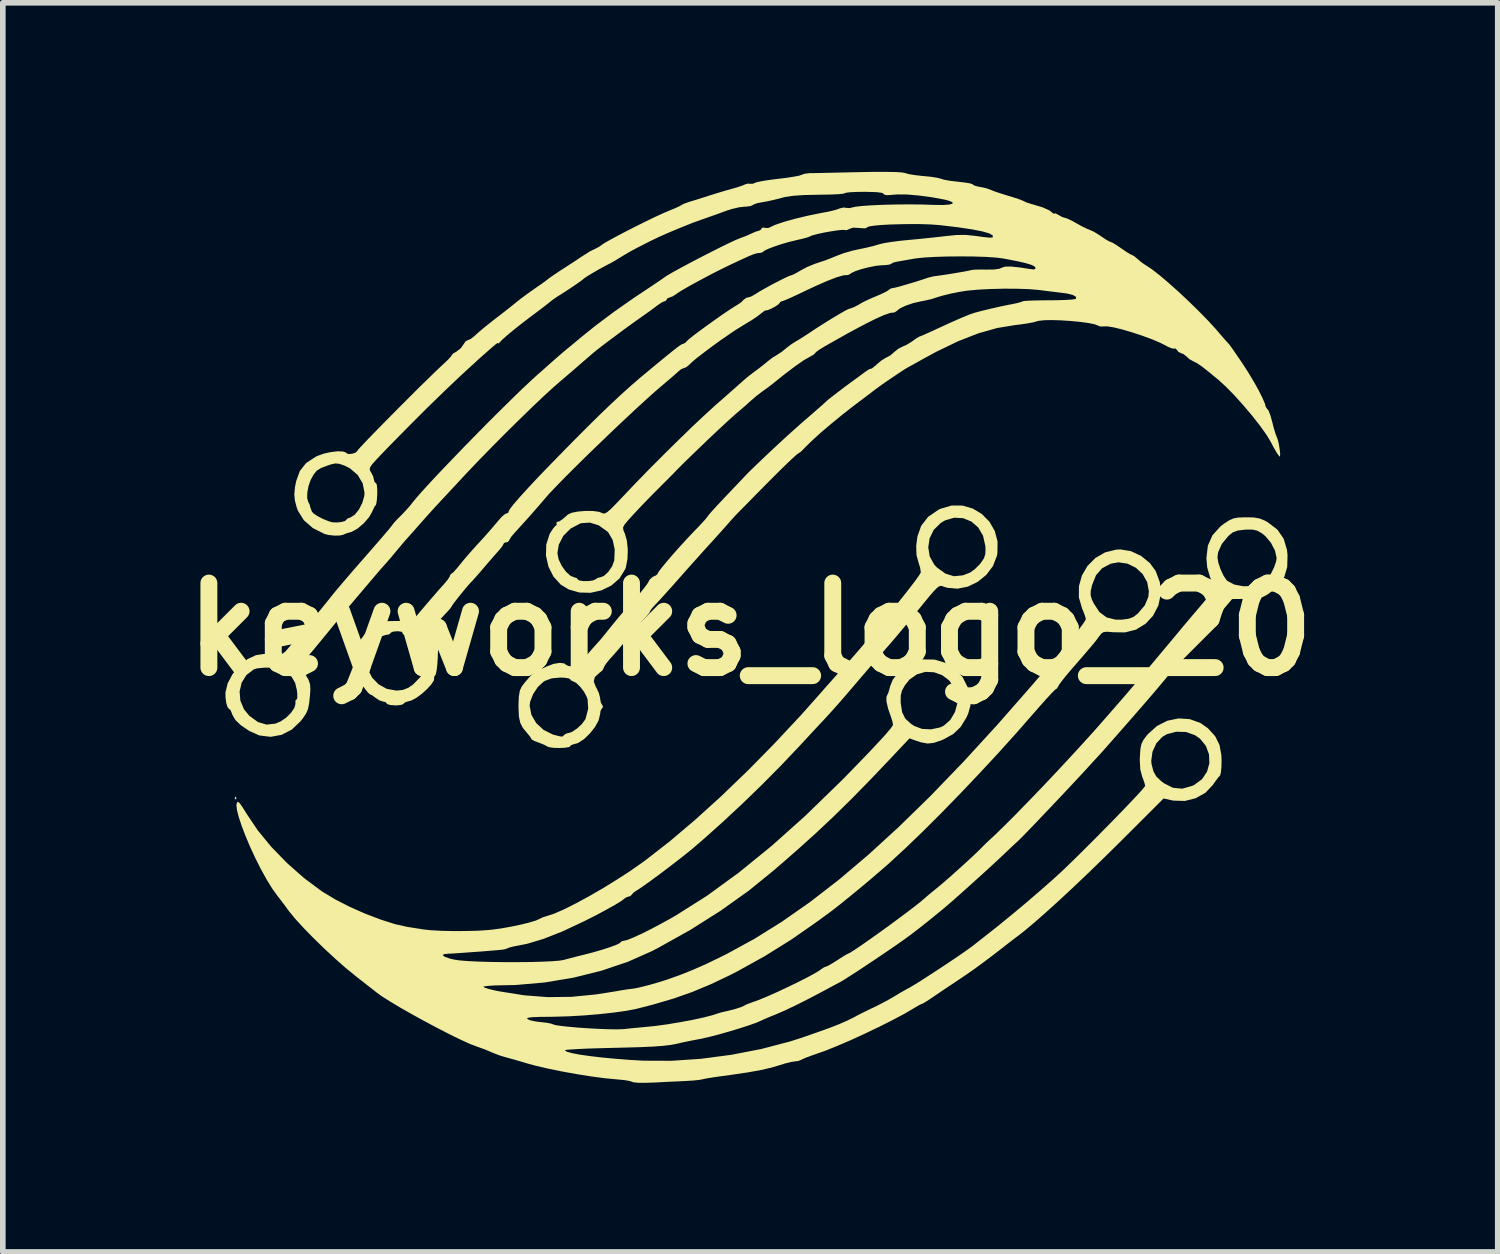
<source format=kicad_pcb>
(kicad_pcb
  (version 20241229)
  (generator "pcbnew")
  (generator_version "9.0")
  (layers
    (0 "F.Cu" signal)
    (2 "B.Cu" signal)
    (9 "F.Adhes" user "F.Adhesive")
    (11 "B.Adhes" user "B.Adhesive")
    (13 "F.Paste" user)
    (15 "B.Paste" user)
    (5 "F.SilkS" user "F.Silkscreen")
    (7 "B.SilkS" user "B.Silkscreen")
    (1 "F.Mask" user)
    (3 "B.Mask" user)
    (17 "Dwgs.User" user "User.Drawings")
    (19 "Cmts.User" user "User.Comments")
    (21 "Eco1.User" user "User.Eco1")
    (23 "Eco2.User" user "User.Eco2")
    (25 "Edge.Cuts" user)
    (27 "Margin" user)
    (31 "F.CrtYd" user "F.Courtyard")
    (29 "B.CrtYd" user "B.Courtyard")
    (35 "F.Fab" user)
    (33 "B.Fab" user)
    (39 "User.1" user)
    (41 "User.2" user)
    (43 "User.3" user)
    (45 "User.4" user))
  (footprint "keyworks_logo_20"
    (layer "F.Cu")
    (at 10.264 8.119)
    (property "Reference" "keyworks_logo_20" (at 0 0 0) (layer "F.SilkS") (effects (font (size 1.5 1.5) (thickness 0.3))))
    (attr board_only exclude_from_pos_files exclude_from_bom)
    (fp_poly (pts (xy -9.125 2.972) (xy -9.121 3.011) (xy -9.125 3.016) (xy -9.144 3.011) (xy -9.147 2.994) (xy -9.135 2.967)) (stroke (width 0) (type solid)) (fill yes) (layer "F.SilkS"))
    (fp_poly (pts (xy 3.767 -2.197) (xy 3.949 -2.144) (xy 4.11 -2.047) (xy 4.243 -1.913) (xy 4.339 -1.747) (xy 4.389 -1.559) (xy 4.386 -1.353) (xy 4.377 -1.303) (xy 4.306 -1.122) (xy 4.189 -0.967) (xy 4.037 -0.844) (xy 3.863 -0.759) (xy 3.679 -0.722) (xy 3.497 -0.738) (xy 3.441 -0.755) (xy 3.409 -0.768) (xy 3.381 -0.772) (xy 3.351 -0.764) (xy 3.313 -0.735) (xy 3.26 -0.681) (xy 3.186 -0.596) (xy 3.085 -0.473) (xy 2.95 -0.307) (xy 2.914 -0.263) (xy 2.74 -0.05) (xy 2.6 0.118) (xy 2.493 0.243) (xy 2.397 0.353) (xy 2.271 0.498) (xy 2.128 0.664) (xy 1.98 0.836) (xy 1.84 1) (xy 1.72 1.14) (xy 1.696 1.168) (xy 1.578 1.304) (xy 1.448 1.45) (xy 1.33 1.579) (xy 1.315 1.596) (xy 1.211 1.706) (xy 1.083 1.844) (xy 0.949 1.989) (xy 0.871 2.073) (xy 0.557 2.404) (xy 0.214 2.751) (xy -0.143 3.097) (xy -0.499 3.428) (xy -0.838 3.731) (xy -1.02 3.887) (xy -1.14 3.985) (xy -1.287 4.1) (xy -1.448 4.224) (xy -1.611 4.347) (xy -1.763 4.459) (xy -1.893 4.552) (xy -1.987 4.616) (xy -2.009 4.629) (xy -2.074 4.674) (xy -2.105 4.709) (xy -2.106 4.712) (xy -2.132 4.736) (xy -2.148 4.738) (xy -2.208 4.759) (xy -2.231 4.777) (xy -2.291 4.822) (xy -2.402 4.89) (xy -2.556 4.976) (xy -2.743 5.076) (xy -2.945 5.178) (xy -3.328 5.358) (xy -3.667 5.492) (xy -3.961 5.58) (xy -4.113 5.61) (xy -4.209 5.629) (xy -4.279 5.648) (xy -4.294 5.654) (xy -4.352 5.676) (xy -4.392 5.683) (xy -4.468 5.691) (xy -4.591 5.701) (xy -4.745 5.714) (xy -4.912 5.726) (xy -5.075 5.738) (xy -5.217 5.748) (xy -5.32 5.754) (xy -5.355 5.755) (xy -5.437 5.764) (xy -5.458 5.784) (xy -5.42 5.811) (xy -5.327 5.843) (xy -5.256 5.86) (xy -5.155 5.875) (xy -5.003 5.887) (xy -4.812 5.896) (xy -4.594 5.902) (xy -4.361 5.905) (xy -4.124 5.905) (xy -3.895 5.903) (xy -3.686 5.897) (xy -3.51 5.889) (xy -3.377 5.878) (xy -3.307 5.865) (xy -3.202 5.837) (xy -3.067 5.802) (xy -2.961 5.776) (xy -2.79 5.732) (xy -2.629 5.685) (xy -2.487 5.639) (xy -2.379 5.599) (xy -2.315 5.567) (xy -2.303 5.554) (xy -2.276 5.532) (xy -2.245 5.527) (xy -2.183 5.512) (xy -2.074 5.468) (xy -1.929 5.402) (xy -1.76 5.318) (xy -1.578 5.221) (xy -1.391 5.118) (xy -1.316 5.074) (xy -0.77 4.729) (xy -0.208 4.32) (xy 0.372 3.849) (xy 0.97 3.315) (xy 1.585 2.718) (xy 1.655 2.649) (xy 1.903 2.394) (xy 2.113 2.176) (xy 2.282 1.996) (xy 2.41 1.856) (xy 2.493 1.757) (xy 2.531 1.701) (xy 2.533 1.693) (xy 2.522 1.628) (xy 2.504 1.573) (xy 2.445 1.402) (xy 2.417 1.277) (xy 2.669 1.277) (xy 2.672 1.32) (xy 2.696 1.472) (xy 2.752 1.584) (xy 2.854 1.677) (xy 2.912 1.715) (xy 3.048 1.766) (xy 3.208 1.774) (xy 3.365 1.741) (xy 3.437 1.707) (xy 3.551 1.606) (xy 3.634 1.465) (xy 3.676 1.309) (xy 3.675 1.212) (xy 3.625 1.041) (xy 3.531 0.907) (xy 3.407 0.813) (xy 3.262 0.761) (xy 3.11 0.754) (xy 2.961 0.796) (xy 2.827 0.889) (xy 2.746 0.99) (xy 2.694 1.083) (xy 2.671 1.169) (xy 2.669 1.277) (xy 2.417 1.277) (xy 2.416 1.273) (xy 2.418 1.192) (xy 2.426 1.177) (xy 2.453 1.118) (xy 2.478 1.028) (xy 2.481 1.012) (xy 2.531 0.89) (xy 2.63 0.765) (xy 2.763 0.654) (xy 2.879 0.589) (xy 3.073 0.533) (xy 3.27 0.536) (xy 3.459 0.592) (xy 3.628 0.697) (xy 3.766 0.844) (xy 3.86 1.029) (xy 3.862 1.034) (xy 3.905 1.206) (xy 3.908 1.351) (xy 3.867 1.496) (xy 3.836 1.565) (xy 3.733 1.733) (xy 3.603 1.857) (xy 3.427 1.954) (xy 3.386 1.971) (xy 3.256 2.014) (xy 3.148 2.026) (xy 3.033 2.005) (xy 2.935 1.973) (xy 2.826 1.934) (xy 2.491 2.29) (xy 2.129 2.67) (xy 1.797 3.009) (xy 1.482 3.318) (xy 1.173 3.609) (xy 0.859 3.892) (xy 0.658 4.068) (xy 0.61 4.11) (xy 0.529 4.18) (xy 0.431 4.265) (xy 0.422 4.273) (xy -0.026 4.637) (xy -0.527 4.994) (xy -1.068 5.336) (xy -1.638 5.654) (xy -1.744 5.709) (xy -2.171 5.899) (xy -2.643 6.058) (xy -3.142 6.182) (xy -3.655 6.267) (xy -4.165 6.311) (xy -4.368 6.315) (xy -4.515 6.318) (xy -4.634 6.325) (xy -4.713 6.334) (xy -4.738 6.343) (xy -4.708 6.36) (xy -4.628 6.385) (xy -4.512 6.412) (xy -4.45 6.424) (xy -4.01 6.494) (xy -3.593 6.526) (xy -3.177 6.521) (xy -2.742 6.479) (xy -2.418 6.428) (xy -2.286 6.405) (xy -2.172 6.387) (xy -2.098 6.378) (xy -2.089 6.377) (xy -2.02 6.366) (xy -1.907 6.34) (xy -1.77 6.304) (xy -1.628 6.263) (xy -1.5 6.223) (xy -1.481 6.217) (xy -1.243 6.132) (xy -1.025 6.045) (xy -0.805 5.949) (xy -0.562 5.832) (xy -0.411 5.757) (xy 0.072 5.493) (xy 0.563 5.187) (xy 1.063 4.837) (xy 1.575 4.441) (xy 2.1 3.996) (xy 2.641 3.501) (xy 3.201 2.954) (xy 3.781 2.352) (xy 4.383 1.695) (xy 5.005 0.986) (xy 5.25 0.699) (xy 5.455 0.459) (xy 5.621 0.261) (xy 5.75 0.104) (xy 5.846 -0.017) (xy 5.91 -0.104) (xy 5.946 -0.16) (xy 5.955 -0.186) (xy 5.942 -0.236) (xy 5.91 -0.321) (xy 5.89 -0.367) (xy 5.832 -0.567) (xy 5.832 -0.605) (xy 6.04 -0.605) (xy 6.062 -0.532) (xy 6.095 -0.462) (xy 6.197 -0.307) (xy 6.325 -0.212) (xy 6.485 -0.172) (xy 6.589 -0.172) (xy 6.713 -0.188) (xy 6.8 -0.22) (xy 6.877 -0.28) (xy 6.879 -0.282) (xy 7.002 -0.427) (xy 7.064 -0.575) (xy 7.074 -0.674) (xy 7.044 -0.839) (xy 6.963 -0.982) (xy 6.843 -1.094) (xy 6.696 -1.166) (xy 6.535 -1.19) (xy 6.398 -1.166) (xy 6.245 -1.085) (xy 6.136 -0.961) (xy 6.066 -0.786) (xy 6.066 -0.786) (xy 6.042 -0.68) (xy 6.04 -0.605) (xy 5.832 -0.605) (xy 5.833 -0.767) (xy 5.886 -0.957) (xy 5.985 -1.126) (xy 6.124 -1.266) (xy 6.296 -1.366) (xy 6.494 -1.415) (xy 6.565 -1.419) (xy 6.754 -1.389) (xy 6.936 -1.304) (xy 7.092 -1.176) (xy 7.194 -1.037) (xy 7.269 -0.836) (xy 7.285 -0.627) (xy 7.243 -0.424) (xy 7.146 -0.239) (xy 7.017 -0.101) (xy 6.845 0.005) (xy 6.65 0.054) (xy 6.444 0.051) (xy 6.337 0.042) (xy 6.273 0.047) (xy 6.23 0.075) (xy 6.189 0.127) (xy 6.157 0.171) (xy 6.122 0.217) (xy 6.076 0.273) (xy 6.013 0.347) (xy 5.926 0.449) (xy 5.807 0.586) (xy 5.696 0.714) (xy 5.601 0.826) (xy 5.524 0.923) (xy 5.475 0.991) (xy 5.462 1.018) (xy 5.441 1.052) (xy 5.433 1.053) (xy 5.403 1.077) (xy 5.338 1.143) (xy 5.246 1.243) (xy 5.134 1.369) (xy 5.03 1.488) (xy 4.726 1.835) (xy 4.402 2.195) (xy 4.064 2.559) (xy 3.723 2.918) (xy 3.386 3.264) (xy 3.062 3.587) (xy 2.76 3.878) (xy 2.488 4.129) (xy 2.428 4.183) (xy 2.28 4.311) (xy 2.113 4.454) (xy 1.937 4.601) (xy 1.764 4.743) (xy 1.606 4.871) (xy 1.474 4.974) (xy 1.382 5.043) (xy 1.305 5.099) (xy 1.207 5.171) (xy 1.168 5.199) (xy 0.732 5.503) (xy 0.259 5.798) (xy -0.222 6.065) (xy -0.36 6.136) (xy -0.703 6.299) (xy -1.03 6.435) (xy -1.363 6.552) (xy -1.723 6.658) (xy -2.023 6.735) (xy -2.193 6.768) (xy -2.412 6.799) (xy -2.665 6.827) (xy -2.937 6.85) (xy -3.211 6.866) (xy -3.471 6.874) (xy -3.552 6.875) (xy -3.736 6.877) (xy -3.861 6.882) (xy -3.933 6.89) (xy -3.96 6.903) (xy -3.956 6.915) (xy -3.904 6.938) (xy -3.81 6.958) (xy -3.727 6.968) (xy -3.618 6.98) (xy -3.535 6.996) (xy -3.504 7.008) (xy -3.455 7.023) (xy -3.353 7.038) (xy -3.212 7.053) (xy -3.044 7.068) (xy -2.861 7.08) (xy -2.678 7.09) (xy -2.506 7.096) (xy -2.36 7.098) (xy -2.252 7.094) (xy -2.229 7.092) (xy -2.09 7.077) (xy -1.95 7.064) (xy -1.875 7.057) (xy -1.688 7.038) (xy -1.474 7.009) (xy -1.251 6.972) (xy -1.033 6.932) (xy -0.836 6.889) (xy -0.678 6.849) (xy -0.592 6.821) (xy -0.515 6.797) (xy -0.494 6.792) (xy -0.375 6.765) (xy -0.258 6.734) (xy -0.165 6.704) (xy -0.116 6.682) (xy -0.065 6.655) (xy 0.021 6.623) (xy 0.049 6.613) (xy 0.157 6.574) (xy 0.302 6.514) (xy 0.469 6.44) (xy 0.648 6.356) (xy 0.824 6.271) (xy 0.987 6.189) (xy 1.122 6.117) (xy 1.218 6.06) (xy 1.253 6.035) (xy 1.309 5.997) (xy 1.336 5.988) (xy 1.378 5.971) (xy 1.456 5.927) (xy 1.542 5.873) (xy 1.634 5.813) (xy 1.703 5.772) (xy 1.73 5.758) (xy 1.77 5.739) (xy 1.852 5.687) (xy 1.969 5.608) (xy 2.112 5.508) (xy 2.273 5.394) (xy 2.441 5.273) (xy 2.608 5.15) (xy 2.766 5.032) (xy 2.906 4.926) (xy 3.018 4.838) (xy 3.093 4.773) (xy 3.096 4.771) (xy 3.152 4.722) (xy 3.237 4.652) (xy 3.294 4.606) (xy 3.401 4.517) (xy 3.534 4.402) (xy 3.68 4.272) (xy 3.825 4.14) (xy 3.958 4.018) (xy 4.064 3.916) (xy 4.123 3.856) (xy 4.184 3.795) (xy 4.207 3.774) (xy 4.343 3.648) (xy 4.515 3.48) (xy 4.716 3.279) (xy 4.938 3.051) (xy 5.174 2.806) (xy 5.416 2.55) (xy 5.657 2.291) (xy 5.89 2.038) (xy 6.107 1.798) (xy 6.296 1.583) (xy 6.39 1.475) (xy 6.479 1.373) (xy 6.543 1.3) (xy 6.642 1.186) (xy 6.777 1.028) (xy 6.94 0.836) (xy 7.125 0.616) (xy 7.325 0.377) (xy 7.528 0.134) (xy 7.62 0.023) (xy 7.693 -0.065) (xy 7.759 -0.143) (xy 7.83 -0.227) (xy 7.918 -0.33) (xy 8.035 -0.468) (xy 8.05 -0.486) (xy 8.131 -0.587) (xy 8.193 -0.673) (xy 8.224 -0.729) (xy 8.225 -0.737) (xy 8.212 -0.793) (xy 8.18 -0.881) (xy 8.16 -0.926) (xy 8.109 -1.099) (xy 8.095 -1.267) (xy 8.097 -1.281) (xy 8.291 -1.281) (xy 8.307 -1.182) (xy 8.347 -1.064) (xy 8.4 -0.951) (xy 8.455 -0.871) (xy 8.466 -0.861) (xy 8.59 -0.795) (xy 8.751 -0.765) (xy 8.929 -0.771) (xy 9.024 -0.791) (xy 9.106 -0.825) (xy 9.171 -0.884) (xy 9.238 -0.985) (xy 9.245 -0.997) (xy 9.299 -1.108) (xy 9.334 -1.212) (xy 9.341 -1.267) (xy 9.312 -1.398) (xy 9.24 -1.537) (xy 9.139 -1.657) (xy 9.081 -1.704) (xy 8.999 -1.751) (xy 8.916 -1.771) (xy 8.802 -1.771) (xy 8.776 -1.769) (xy 8.652 -1.754) (xy 8.565 -1.722) (xy 8.489 -1.662) (xy 8.487 -1.66) (xy 8.37 -1.518) (xy 8.304 -1.371) (xy 8.291 -1.281) (xy 8.097 -1.281) (xy 8.121 -1.485) (xy 8.202 -1.669) (xy 8.342 -1.825) (xy 8.403 -1.872) (xy 8.497 -1.934) (xy 8.575 -1.969) (xy 8.664 -1.985) (xy 8.791 -1.989) (xy 8.798 -1.989) (xy 8.937 -1.986) (xy 9.038 -1.968) (xy 9.13 -1.931) (xy 9.188 -1.898) (xy 9.355 -1.77) (xy 9.466 -1.609) (xy 9.525 -1.41) (xy 9.535 -1.313) (xy 9.529 -1.106) (xy 9.478 -0.934) (xy 9.376 -0.785) (xy 9.217 -0.646) (xy 9.163 -0.609) (xy 9.089 -0.572) (xy 8.992 -0.551) (xy 8.855 -0.542) (xy 8.807 -0.541) (xy 8.551 -0.538) (xy 8.38 -0.336) (xy 8.304 -0.246) (xy 8.202 -0.124) (xy 8.081 0.02) (xy 7.951 0.175) (xy 7.821 0.332) (xy 7.698 0.479) (xy 7.592 0.606) (xy 7.512 0.703) (xy 7.469 0.756) (xy 7.384 0.86) (xy 7.301 0.959) (xy 7.204 1.074) (xy 7.11 1.184) (xy 7.03 1.277) (xy 6.926 1.397) (xy 6.807 1.534) (xy 6.68 1.679) (xy 6.553 1.824) (xy 6.433 1.96) (xy 6.329 2.078) (xy 6.248 2.169) (xy 6.198 2.225) (xy 6.187 2.237) (xy 6.158 2.268) (xy 6.096 2.335) (xy 6.015 2.424) (xy 5.99 2.451) (xy 5.902 2.548) (xy 5.785 2.673) (xy 5.649 2.819) (xy 5.501 2.976) (xy 5.348 3.138) (xy 5.197 3.296) (xy 5.058 3.443) (xy 4.936 3.569) (xy 4.84 3.668) (xy 4.777 3.731) (xy 4.76 3.748) (xy 4.708 3.795) (xy 4.625 3.873) (xy 4.527 3.966) (xy 4.512 3.981) (xy 4.386 4.099) (xy 4.221 4.251) (xy 4.027 4.427) (xy 3.815 4.618) (xy 3.604 4.806) (xy 3.435 4.951) (xy 3.241 5.11) (xy 3.043 5.269) (xy 2.858 5.411) (xy 2.735 5.501) (xy 2.59 5.603) (xy 2.424 5.717) (xy 2.248 5.836) (xy 2.073 5.953) (xy 1.91 6.061) (xy 1.768 6.152) (xy 1.66 6.221) (xy 1.596 6.259) (xy 1.514 6.302) (xy 1.402 6.362) (xy 1.3 6.417) (xy 1.046 6.551) (xy 0.808 6.671) (xy 0.599 6.77) (xy 0.433 6.841) (xy 0.428 6.843) (xy 0.319 6.887) (xy 0.23 6.926) (xy 0.191 6.944) (xy 0.106 6.981) (xy -0.028 7.028) (xy -0.194 7.082) (xy -0.377 7.137) (xy -0.56 7.189) (xy -0.729 7.233) (xy -0.866 7.264) (xy -0.905 7.271) (xy -1.051 7.299) (xy -1.215 7.333) (xy -1.316 7.357) (xy -1.416 7.375) (xy -1.552 7.391) (xy -1.731 7.404) (xy -1.959 7.414) (xy -2.244 7.422) (xy -2.41 7.426) (xy -2.643 7.432) (xy -2.853 7.438) (xy -3.031 7.446) (xy -3.169 7.454) (xy -3.258 7.461) (xy -3.29 7.468) (xy -3.29 7.468) (xy -3.259 7.493) (xy -3.169 7.519) (xy -3.03 7.546) (xy -2.849 7.572) (xy -2.635 7.597) (xy -2.394 7.62) (xy -2.136 7.64) (xy -1.892 7.654) (xy -1.4 7.656) (xy -0.876 7.621) (xy -0.338 7.55) (xy 0.195 7.447) (xy 0.703 7.314) (xy 0.921 7.244) (xy 1.188 7.151) (xy 1.403 7.074) (xy 1.577 7.006) (xy 1.719 6.944) (xy 1.841 6.884) (xy 1.908 6.847) (xy 1.961 6.82) (xy 2.054 6.774) (xy 2.169 6.718) (xy 2.188 6.71) (xy 2.322 6.643) (xy 2.451 6.574) (xy 2.549 6.518) (xy 2.55 6.517) (xy 2.664 6.448) (xy 2.792 6.376) (xy 2.83 6.356) (xy 2.909 6.309) (xy 3.03 6.234) (xy 3.18 6.137) (xy 3.346 6.029) (xy 3.515 5.917) (xy 3.675 5.81) (xy 3.812 5.715) (xy 3.914 5.642) (xy 3.953 5.613) (xy 4.043 5.542) (xy 4.133 5.471) (xy 4.365 5.289) (xy 4.619 5.082) (xy 4.88 4.865) (xy 5.131 4.649) (xy 5.359 4.449) (xy 5.527 4.296) (xy 5.65 4.178) (xy 5.795 4.037) (xy 5.955 3.878) (xy 6.123 3.71) (xy 6.294 3.537) (xy 6.46 3.368) (xy 6.615 3.208) (xy 6.753 3.064) (xy 6.867 2.942) (xy 6.952 2.849) (xy 6.999 2.792) (xy 7.008 2.778) (xy 6.996 2.725) (xy 6.966 2.64) (xy 6.955 2.613) (xy 6.922 2.487) (xy 6.913 2.331) (xy 7.116 2.331) (xy 7.122 2.392) (xy 7.154 2.517) (xy 7.204 2.608) (xy 7.289 2.69) (xy 7.344 2.732) (xy 7.501 2.811) (xy 7.666 2.827) (xy 7.842 2.778) (xy 7.879 2.76) (xy 8.017 2.659) (xy 8.106 2.526) (xy 8.148 2.375) (xy 8.141 2.217) (xy 8.086 2.068) (xy 7.982 1.94) (xy 7.893 1.878) (xy 7.733 1.821) (xy 7.559 1.816) (xy 7.394 1.86) (xy 7.312 1.908) (xy 7.206 2.023) (xy 7.138 2.172) (xy 7.116 2.331) (xy 6.913 2.331) (xy 6.912 2.321) (xy 6.915 2.25) (xy 6.924 2.121) (xy 6.942 2.033) (xy 6.978 1.961) (xy 7.04 1.879) (xy 7.058 1.858) (xy 7.218 1.714) (xy 7.403 1.621) (xy 7.601 1.58) (xy 7.799 1.593) (xy 7.987 1.66) (xy 8.122 1.755) (xy 8.251 1.897) (xy 8.328 2.052) (xy 8.361 2.236) (xy 8.364 2.329) (xy 8.361 2.45) (xy 8.351 2.544) (xy 8.338 2.593) (xy 8.336 2.595) (xy 8.302 2.632) (xy 8.248 2.705) (xy 8.209 2.761) (xy 8.077 2.9) (xy 7.906 2.996) (xy 7.712 3.045) (xy 7.51 3.039) (xy 7.476 3.032) (xy 7.335 3.001) (xy 6.555 3.78) (xy 6.28 4.051) (xy 6.006 4.317) (xy 5.739 4.571) (xy 5.485 4.807) (xy 5.251 5.019) (xy 5.044 5.201) (xy 4.871 5.346) (xy 4.771 5.425) (xy 4.68 5.493) (xy 4.567 5.58) (xy 4.487 5.643) (xy 4.293 5.793) (xy 4.13 5.915) (xy 3.98 6.025) (xy 3.822 6.135) (xy 3.636 6.26) (xy 3.57 6.304) (xy 3.441 6.39) (xy 3.314 6.476) (xy 3.213 6.545) (xy 3.203 6.552) (xy 3.12 6.606) (xy 3.062 6.64) (xy 3.046 6.646) (xy 3.008 6.662) (xy 2.937 6.703) (xy 2.902 6.724) (xy 2.739 6.82) (xy 2.53 6.931) (xy 2.29 7.052) (xy 2.035 7.174) (xy 1.78 7.291) (xy 1.54 7.394) (xy 1.331 7.478) (xy 1.217 7.518) (xy 1.089 7.563) (xy 0.984 7.602) (xy 0.918 7.631) (xy 0.906 7.638) (xy 0.851 7.66) (xy 0.798 7.666) (xy 0.728 7.676) (xy 0.62 7.703) (xy 0.517 7.735) (xy 0.372 7.778) (xy 0.192 7.819) (xy -0.032 7.86) (xy -0.308 7.901) (xy -0.526 7.931) (xy -0.66 7.95) (xy -0.772 7.968) (xy -0.844 7.983) (xy -0.855 7.986) (xy -0.911 7.996) (xy -1.012 8.006) (xy -1.137 8.014) (xy -1.152 8.015) (xy -1.3 8.022) (xy -1.482 8.03) (xy -1.667 8.04) (xy -1.729 8.043) (xy -1.872 8.047) (xy -1.99 8.046) (xy -2.069 8.038) (xy -2.091 8.031) (xy -2.137 8.015) (xy -2.23 7.999) (xy -2.353 7.987) (xy -2.385 7.984) (xy -2.58 7.966) (xy -2.817 7.934) (xy -3.077 7.893) (xy -3.343 7.845) (xy -3.595 7.793) (xy -3.815 7.742) (xy -3.965 7.701) (xy -4.101 7.66) (xy -4.233 7.622) (xy -4.327 7.597) (xy -4.447 7.561) (xy -4.572 7.513) (xy -4.59 7.505) (xy -4.71 7.454) (xy -4.836 7.409) (xy -4.853 7.403) (xy -4.971 7.358) (xy -5.134 7.284) (xy -5.329 7.189) (xy -5.545 7.078) (xy -5.771 6.958) (xy -5.995 6.835) (xy -6.204 6.716) (xy -6.388 6.606) (xy -6.535 6.513) (xy -6.624 6.449) (xy -6.663 6.418) (xy -6.744 6.355) (xy -6.854 6.269) (xy -6.983 6.168) (xy -7.008 6.148) (xy -7.177 6.01) (xy -7.363 5.846) (xy -7.557 5.667) (xy -7.746 5.483) (xy -7.92 5.305) (xy -8.067 5.145) (xy -8.176 5.013) (xy -8.193 4.991) (xy -8.272 4.883) (xy -8.35 4.78) (xy -8.388 4.732) (xy -8.483 4.6) (xy -8.582 4.439) (xy -8.683 4.257) (xy -8.781 4.063) (xy -8.873 3.865) (xy -8.955 3.671) (xy -9.024 3.491) (xy -9.077 3.331) (xy -9.11 3.201) (xy -9.119 3.109) (xy -9.101 3.063) (xy -9.088 3.06) (xy -9.06 3.086) (xy -9.01 3.156) (xy -8.947 3.256) (xy -8.934 3.278) (xy -8.741 3.565) (xy -8.5 3.859) (xy -8.222 4.145) (xy -7.921 4.411) (xy -7.611 4.642) (xy -7.584 4.66) (xy -7.361 4.794) (xy -7.105 4.925) (xy -6.831 5.046) (xy -6.558 5.15) (xy -6.303 5.231) (xy -6.083 5.28) (xy -6.07 5.282) (xy -5.951 5.301) (xy -5.842 5.318) (xy -5.807 5.324) (xy -5.67 5.339) (xy -5.487 5.349) (xy -5.275 5.354) (xy -5.053 5.353) (xy -4.841 5.348) (xy -4.657 5.336) (xy -4.59 5.33) (xy -4.421 5.307) (xy -4.243 5.275) (xy -4.071 5.239) (xy -3.92 5.202) (xy -3.804 5.167) (xy -3.737 5.137) (xy -3.735 5.135) (xy -3.68 5.109) (xy -3.605 5.086) (xy -3.473 5.042) (xy -3.297 4.965) (xy -3.089 4.86) (xy -2.857 4.734) (xy -2.613 4.593) (xy -2.367 4.441) (xy -2.127 4.286) (xy -1.906 4.131) (xy -1.857 4.095) (xy -1.434 3.766) (xy -0.986 3.387) (xy -0.521 2.966) (xy -0.047 2.51) (xy 0.429 2.026) (xy 0.899 1.523) (xy 1.192 1.194) (xy 1.316 1.053) (xy 1.428 0.926) (xy 1.52 0.823) (xy 1.583 0.753) (xy 1.603 0.731) (xy 1.703 0.622) (xy 1.827 0.483) (xy 1.967 0.321) (xy 2.119 0.142) (xy 2.275 -0.045) (xy 2.431 -0.235) (xy 2.581 -0.419) (xy 2.718 -0.591) (xy 2.837 -0.743) (xy 2.932 -0.868) (xy 2.997 -0.959) (xy 3.026 -1.009) (xy 3.027 -1.014) (xy 3.015 -1.094) (xy 2.99 -1.174) (xy 2.95 -1.32) (xy 2.946 -1.455) (xy 3.159 -1.455) (xy 3.185 -1.294) (xy 3.264 -1.151) (xy 3.311 -1.1) (xy 3.463 -0.99) (xy 3.614 -0.943) (xy 3.774 -0.959) (xy 3.899 -1.007) (xy 3.981 -1.064) (xy 4.067 -1.149) (xy 4.091 -1.178) (xy 4.146 -1.259) (xy 4.171 -1.333) (xy 4.175 -1.43) (xy 4.171 -1.484) (xy 4.131 -1.663) (xy 4.045 -1.809) (xy 3.924 -1.914) (xy 3.779 -1.973) (xy 3.62 -1.982) (xy 3.457 -1.934) (xy 3.38 -1.888) (xy 3.257 -1.767) (xy 3.183 -1.617) (xy 3.159 -1.455) (xy 2.946 -1.455) (xy 2.945 -1.482) (xy 2.967 -1.65) (xy 3.034 -1.839) (xy 3.157 -1.997) (xy 3.335 -2.12) (xy 3.376 -2.14) (xy 3.573 -2.198)) (stroke (width 0) (type solid)) (fill yes) (layer "F.SilkS"))
    (fp_poly (pts (xy 2.578 -8.116) (xy 2.693 -8.109) (xy 2.745 -8.099) (xy 2.81 -8.08) (xy 2.918 -8.062) (xy 3.05 -8.047) (xy 3.074 -8.045) (xy 3.204 -8.032) (xy 3.314 -8.015) (xy 3.382 -7.998) (xy 3.389 -7.995) (xy 3.447 -7.978) (xy 3.55 -7.96) (xy 3.677 -7.945) (xy 3.696 -7.943) (xy 3.815 -7.929) (xy 3.904 -7.914) (xy 3.947 -7.899) (xy 3.948 -7.896) (xy 3.977 -7.876) (xy 4.05 -7.856) (xy 4.081 -7.851) (xy 4.181 -7.83) (xy 4.259 -7.804) (xy 4.27 -7.799) (xy 4.328 -7.775) (xy 4.429 -7.741) (xy 4.553 -7.702) (xy 4.573 -7.696) (xy 4.695 -7.659) (xy 4.793 -7.626) (xy 4.849 -7.602) (xy 4.853 -7.599) (xy 4.903 -7.576) (xy 4.991 -7.548) (xy 5.034 -7.536) (xy 5.189 -7.489) (xy 5.306 -7.437) (xy 5.371 -7.386) (xy 5.393 -7.372) (xy 5.395 -7.38) (xy 5.418 -7.383) (xy 5.469 -7.355) (xy 5.538 -7.317) (xy 5.583 -7.304) (xy 5.632 -7.288) (xy 5.715 -7.248) (xy 5.784 -7.209) (xy 5.889 -7.151) (xy 5.983 -7.106) (xy 6.024 -7.09) (xy 6.099 -7.056) (xy 6.194 -6.998) (xy 6.233 -6.971) (xy 6.315 -6.916) (xy 6.377 -6.882) (xy 6.394 -6.876) (xy 6.435 -6.859) (xy 6.511 -6.812) (xy 6.585 -6.761) (xy 6.674 -6.7) (xy 6.742 -6.658) (xy 6.77 -6.646) (xy 6.809 -6.626) (xy 6.87 -6.576) (xy 6.879 -6.568) (xy 6.957 -6.503) (xy 7.03 -6.455) (xy 7.03 -6.455) (xy 7.127 -6.391) (xy 7.26 -6.288) (xy 7.418 -6.154) (xy 7.593 -5.998) (xy 7.773 -5.83) (xy 7.95 -5.657) (xy 8.114 -5.49) (xy 8.256 -5.336) (xy 8.291 -5.295) (xy 8.376 -5.196) (xy 8.444 -5.118) (xy 8.486 -5.073) (xy 8.492 -5.067) (xy 8.517 -5.035) (xy 8.571 -4.959) (xy 8.645 -4.851) (xy 8.733 -4.723) (xy 8.733 -4.722) (xy 8.836 -4.563) (xy 8.934 -4.4) (xy 9.021 -4.244) (xy 9.089 -4.109) (xy 9.133 -4.006) (xy 9.147 -3.952) (xy 9.172 -3.913) (xy 9.178 -3.91) (xy 9.201 -3.875) (xy 9.232 -3.793) (xy 9.262 -3.685) (xy 9.292 -3.567) (xy 9.322 -3.47) (xy 9.342 -3.418) (xy 9.363 -3.362) (xy 9.382 -3.28) (xy 9.396 -3.191) (xy 9.404 -3.114) (xy 9.401 -3.07) (xy 9.393 -3.067) (xy 9.35 -3.124) (xy 9.29 -3.227) (xy 9.239 -3.323) (xy 9.163 -3.451) (xy 9.049 -3.61) (xy 8.909 -3.789) (xy 8.754 -3.973) (xy 8.595 -4.15) (xy 8.442 -4.306) (xy 8.312 -4.425) (xy 8.145 -4.563) (xy 8.021 -4.661) (xy 7.933 -4.722) (xy 7.876 -4.75) (xy 7.876 -4.75) (xy 7.799 -4.792) (xy 7.748 -4.837) (xy 7.687 -4.887) (xy 7.643 -4.902) (xy 7.593 -4.929) (xy 7.579 -4.951) (xy 7.548 -4.985) (xy 7.53 -4.982) (xy 7.485 -4.985) (xy 7.41 -5.016) (xy 7.386 -5.03) (xy 7.271 -5.088) (xy 7.122 -5.151) (xy 6.953 -5.213) (xy 6.776 -5.271) (xy 6.606 -5.321) (xy 6.457 -5.358) (xy 6.341 -5.377) (xy 6.274 -5.376) (xy 6.205 -5.376) (xy 6.176 -5.389) (xy 6.114 -5.414) (xy 6.001 -5.437) (xy 5.853 -5.457) (xy 5.685 -5.473) (xy 5.512 -5.484) (xy 5.349 -5.489) (xy 5.211 -5.486) (xy 5.114 -5.475) (xy 5.085 -5.467) (xy 5.024 -5.449) (xy 4.915 -5.429) (xy 4.778 -5.409) (xy 4.705 -5.401) (xy 4.382 -5.348) (xy 4.046 -5.253) (xy 3.69 -5.114) (xy 3.304 -4.928) (xy 3.076 -4.804) (xy 2.962 -4.74) (xy 2.866 -4.687) (xy 2.806 -4.654) (xy 2.799 -4.651) (xy 2.75 -4.622) (xy 2.663 -4.565) (xy 2.554 -4.492) (xy 2.437 -4.413) (xy 2.329 -4.338) (xy 2.246 -4.278) (xy 2.221 -4.259) (xy 2.17 -4.22) (xy 2.079 -4.151) (xy 1.961 -4.062) (xy 1.83 -3.963) (xy 1.633 -3.809) (xy 1.435 -3.647) (xy 1.249 -3.489) (xy 1.09 -3.344) (xy 0.97 -3.226) (xy 0.961 -3.216) (xy 0.902 -3.157) (xy 0.861 -3.127) (xy 0.857 -3.126) (xy 0.825 -3.103) (xy 0.752 -3.037) (xy 0.643 -2.934) (xy 0.503 -2.797) (xy 0.338 -2.632) (xy 0.152 -2.444) (xy 0.075 -2.366) (xy -0.034 -2.254) (xy -0.129 -2.158) (xy -0.198 -2.088) (xy -0.23 -2.056) (xy -0.272 -2.012) (xy -0.337 -1.94) (xy -0.365 -1.908) (xy -0.431 -1.833) (xy -0.526 -1.727) (xy -0.634 -1.607) (xy -0.689 -1.546) (xy -0.797 -1.428) (xy -0.932 -1.277) (xy -1.079 -1.113) (xy -1.222 -0.952) (xy -1.249 -0.921) (xy -1.373 -0.781) (xy -1.491 -0.65) (xy -1.59 -0.54) (xy -1.661 -0.463) (xy -1.68 -0.444) (xy -1.74 -0.378) (xy -1.774 -0.331) (xy -1.777 -0.322) (xy -1.797 -0.285) (xy -1.848 -0.226) (xy -1.851 -0.223) (xy -1.912 -0.156) (xy -1.994 -0.061) (xy -2.056 0.015) (xy -2.21 0.201) (xy -2.334 0.349) (xy -2.441 0.471) (xy -2.492 0.526) (xy -2.555 0.603) (xy -2.594 0.664) (xy -2.599 0.682) (xy -2.624 0.728) (xy -2.679 0.774) (xy -2.758 0.846) (xy -2.777 0.925) (xy -2.738 1.025) (xy -2.731 1.036) (xy -2.687 1.128) (xy -2.665 1.214) (xy -2.665 1.223) (xy -2.651 1.3) (xy -2.629 1.339) (xy -2.611 1.378) (xy -2.629 1.397) (xy -2.656 1.443) (xy -2.665 1.507) (xy -2.69 1.613) (xy -2.755 1.732) (xy -2.847 1.849) (xy -2.953 1.95) (xy -3.059 2.018) (xy -3.14 2.04) (xy -3.185 2.057) (xy -3.191 2.073) (xy -3.221 2.09) (xy -3.294 2.101) (xy -3.391 2.105) (xy -3.489 2.102) (xy -3.569 2.091) (xy -3.604 2.077) (xy -3.654 2.049) (xy -3.738 2.015) (xy -3.759 2.008) (xy -3.837 1.978) (xy -3.88 1.952) (xy -3.882 1.947) (xy -3.903 1.91) (xy -3.952 1.849) (xy -3.96 1.84) (xy -4.035 1.749) (xy -4.081 1.66) (xy -4.105 1.551) (xy -4.112 1.402) (xy -4.113 1.358) (xy -4.113 1.355) (xy -3.915 1.355) (xy -3.884 1.515) (xy -3.799 1.662) (xy -3.669 1.783) (xy -3.508 1.864) (xy -3.488 1.87) (xy -3.394 1.895) (xy -3.344 1.903) (xy -3.32 1.894) (xy -3.307 1.875) (xy -3.259 1.846) (xy -3.234 1.842) (xy -3.162 1.819) (xy -3.073 1.759) (xy -2.988 1.68) (xy -2.929 1.6) (xy -2.922 1.584) (xy -2.876 1.408) (xy -2.886 1.246) (xy -2.9 1.201) (xy -2.949 1.108) (xy -3.018 1.018) (xy -3.089 0.95) (xy -3.146 0.921) (xy -3.148 0.921) (xy -3.188 0.901) (xy -3.191 0.888) (xy -3.221 0.87) (xy -3.298 0.858) (xy -3.373 0.855) (xy -3.523 0.869) (xy -3.642 0.913) (xy -3.669 0.929) (xy -3.769 1.022) (xy -3.853 1.148) (xy -3.905 1.281) (xy -3.915 1.355) (xy -4.113 1.355) (xy -4.107 1.195) (xy -4.088 1.084) (xy -4.058 1.019) (xy -3.996 0.937) (xy -3.922 0.851) (xy -3.849 0.777) (xy -3.794 0.731) (xy -3.776 0.724) (xy -3.731 0.711) (xy -3.652 0.677) (xy -3.611 0.658) (xy -3.49 0.612) (xy -3.38 0.594) (xy -3.301 0.604) (xy -3.274 0.625) (xy -3.229 0.649) (xy -3.159 0.658) (xy -3.089 0.644) (xy -3.019 0.594) (xy -2.939 0.504) (xy -2.854 0.403) (xy -2.772 0.309) (xy -2.731 0.264) (xy -2.658 0.182) (xy -2.575 0.082) (xy -2.55 0.05) (xy -2.455 -0.069) (xy -2.357 -0.188) (xy -2.267 -0.295) (xy -2.196 -0.375) (xy -2.16 -0.411) (xy -2.114 -0.458) (xy -2.047 -0.534) (xy -1.971 -0.624) (xy -1.898 -0.714) (xy -1.841 -0.789) (xy -1.811 -0.833) (xy -1.81 -0.838) (xy -1.785 -0.883) (xy -1.733 -0.931) (xy -1.682 -0.954) (xy -1.68 -0.954) (xy -1.647 -0.978) (xy -1.645 -0.987) (xy -1.624 -1.025) (xy -1.565 -1.102) (xy -1.476 -1.21) (xy -1.366 -1.338) (xy -1.241 -1.478) (xy -1.11 -1.621) (xy -0.98 -1.758) (xy -0.963 -1.775) (xy -0.872 -1.871) (xy -0.801 -1.948) (xy -0.762 -1.996) (xy -0.757 -2.005) (xy -0.735 -2.034) (xy -0.676 -2.102) (xy -0.588 -2.198) (xy -0.479 -2.314) (xy -0.443 -2.352) (xy -0.327 -2.474) (xy -0.227 -2.579) (xy -0.151 -2.659) (xy -0.11 -2.702) (xy -0.106 -2.707) (xy -0.029 -2.787) (xy 0.087 -2.9) (xy 0.23 -3.037) (xy 0.39 -3.188) (xy 0.557 -3.343) (xy 0.719 -3.491) (xy 0.867 -3.623) (xy 0.954 -3.7) (xy 1.087 -3.814) (xy 1.201 -3.914) (xy 1.289 -3.991) (xy 1.34 -4.038) (xy 1.349 -4.047) (xy 1.382 -4.076) (xy 1.455 -4.133) (xy 1.555 -4.21) (xy 1.669 -4.297) (xy 1.784 -4.382) (xy 1.843 -4.425) (xy 1.935 -4.492) (xy 2.032 -4.564) (xy 2.036 -4.567) (xy 2.101 -4.611) (xy 2.136 -4.626) (xy 2.139 -4.623) (xy 2.16 -4.631) (xy 2.213 -4.674) (xy 2.246 -4.703) (xy 2.327 -4.771) (xy 2.4 -4.817) (xy 2.418 -4.825) (xy 2.489 -4.864) (xy 2.553 -4.92) (xy 2.63 -4.982) (xy 2.701 -5.017) (xy 2.78 -5.053) (xy 2.872 -5.11) (xy 2.885 -5.12) (xy 2.955 -5.17) (xy 3.002 -5.197) (xy 3.008 -5.198) (xy 3.044 -5.212) (xy 3.124 -5.247) (xy 3.236 -5.297) (xy 3.298 -5.326) (xy 3.539 -5.437) (xy 3.745 -5.528) (xy 3.899 -5.591) (xy 3.977 -5.617) (xy 4.102 -5.651) (xy 4.256 -5.688) (xy 4.421 -5.726) (xy 4.579 -5.759) (xy 4.623 -5.767) (xy 4.73 -5.789) (xy 4.808 -5.81) (xy 4.837 -5.822) (xy 4.874 -5.829) (xy 4.964 -5.834) (xy 5.095 -5.838) (xy 5.255 -5.84) (xy 5.303 -5.84) (xy 5.469 -5.842) (xy 5.611 -5.847) (xy 5.717 -5.854) (xy 5.774 -5.864) (xy 5.779 -5.866) (xy 5.782 -5.901) (xy 5.727 -5.934) (xy 5.622 -5.96) (xy 5.562 -5.968) (xy 5.46 -5.981) (xy 5.318 -5.998) (xy 5.161 -6.018) (xy 5.107 -6.025) (xy 4.943 -6.038) (xy 4.734 -6.045) (xy 4.5 -6.046) (xy 4.259 -6.04) (xy 4.034 -6.028) (xy 3.842 -6.01) (xy 3.833 -6.009) (xy 3.705 -5.988) (xy 3.56 -5.959) (xy 3.422 -5.925) (xy 3.315 -5.894) (xy 3.29 -5.885) (xy 3.211 -5.86) (xy 3.097 -5.834) (xy 3.027 -5.821) (xy 2.892 -5.79) (xy 2.762 -5.746) (xy 2.656 -5.696) (xy 2.596 -5.648) (xy 2.559 -5.624) (xy 2.554 -5.624) (xy 2.485 -5.616) (xy 2.369 -5.576) (xy 2.207 -5.503) (xy 1.996 -5.396) (xy 1.733 -5.255) (xy 1.419 -5.078) (xy 1.318 -5.02) (xy 1.229 -4.966) (xy 1.168 -4.922) (xy 1.152 -4.902) (xy 1.125 -4.875) (xy 1.061 -4.839) (xy 0.951 -4.777) (xy 0.799 -4.671) (xy 0.607 -4.526) (xy 0.532 -4.466) (xy 0.434 -4.387) (xy 0.367 -4.334) (xy 0.313 -4.293) (xy 0.25 -4.248) (xy 0.207 -4.217) (xy 0.106 -4.14) (xy 0.009 -4.056) (xy 0.006 -4.054) (xy -0.088 -3.968) (xy -0.186 -3.885) (xy -0.189 -3.882) (xy -0.28 -3.804) (xy -0.407 -3.689) (xy -0.56 -3.547) (xy -0.728 -3.389) (xy -0.899 -3.225) (xy -1.065 -3.065) (xy -1.214 -2.919) (xy -1.335 -2.796) (xy -1.365 -2.764) (xy -1.404 -2.725) (xy -1.475 -2.654) (xy -1.562 -2.567) (xy -1.563 -2.566) (xy -1.763 -2.365) (xy -1.941 -2.181) (xy -2.086 -2.026) (xy -2.17 -1.933) (xy -2.233 -1.857) (xy -2.258 -1.806) (xy -2.25 -1.756) (xy -2.224 -1.697) (xy -2.189 -1.573) (xy -2.173 -1.415) (xy -2.179 -1.249) (xy -2.206 -1.104) (xy -2.22 -1.066) (xy -2.321 -0.903) (xy -2.466 -0.777) (xy -2.641 -0.692) (xy -2.834 -0.649) (xy -3.031 -0.654) (xy -3.22 -0.708) (xy -3.361 -0.793) (xy -3.492 -0.936) (xy -3.582 -1.114) (xy -3.625 -1.309) (xy -3.624 -1.353) (xy -3.422 -1.353) (xy -3.401 -1.244) (xy -3.346 -1.128) (xy -3.271 -1.024) (xy -3.189 -0.95) (xy -3.132 -0.927) (xy -3.075 -0.907) (xy -3.06 -0.886) (xy -3.031 -0.867) (xy -2.962 -0.857) (xy -2.876 -0.857) (xy -2.797 -0.867) (xy -2.75 -0.885) (xy -2.747 -0.888) (xy -2.7 -0.917) (xy -2.669 -0.921) (xy -2.596 -0.949) (xy -2.519 -1.021) (xy -2.453 -1.117) (xy -2.414 -1.219) (xy -2.413 -1.227) (xy -2.405 -1.417) (xy -2.441 -1.586) (xy -2.518 -1.718) (xy -2.54 -1.74) (xy -2.691 -1.847) (xy -2.848 -1.895) (xy -3.001 -1.884) (xy -3.021 -1.877) (xy -3.188 -1.789) (xy -3.317 -1.66) (xy -3.398 -1.503) (xy -3.422 -1.353) (xy -3.624 -1.353) (xy -3.62 -1.506) (xy -3.562 -1.688) (xy -3.551 -1.709) (xy -3.5 -1.788) (xy -3.459 -1.836) (xy -3.447 -1.842) (xy -3.433 -1.863) (xy -3.438 -1.875) (xy -3.435 -1.906) (xy -3.422 -1.908) (xy -3.385 -1.918) (xy -3.331 -1.955) (xy -3.247 -2.028) (xy -3.235 -2.039) (xy -3.167 -2.07) (xy -3.056 -2.091) (xy -2.925 -2.102) (xy -2.795 -2.101) (xy -2.689 -2.087) (xy -2.646 -2.072) (xy -2.612 -2.057) (xy -2.578 -2.058) (xy -2.535 -2.083) (xy -2.474 -2.136) (xy -2.386 -2.225) (xy -2.279 -2.337) (xy -2.043 -2.586) (xy -1.789 -2.847) (xy -1.527 -3.11) (xy -1.268 -3.365) (xy -1.022 -3.604) (xy -0.798 -3.814) (xy -0.607 -3.988) (xy -0.58 -4.011) (xy -0.44 -4.134) (xy -0.312 -4.247) (xy -0.207 -4.34) (xy -0.135 -4.404) (xy -0.115 -4.422) (xy -0.042 -4.484) (xy 0.055 -4.558) (xy 0.097 -4.59) (xy 0.193 -4.662) (xy 0.279 -4.731) (xy 0.306 -4.754) (xy 0.393 -4.821) (xy 0.464 -4.864) (xy 0.553 -4.921) (xy 0.63 -4.983) (xy 0.717 -5.052) (xy 0.797 -5.103) (xy 0.865 -5.143) (xy 0.968 -5.208) (xy 1.085 -5.285) (xy 1.108 -5.301) (xy 1.22 -5.374) (xy 1.348 -5.455) (xy 1.477 -5.534) (xy 1.595 -5.604) (xy 1.687 -5.657) (xy 1.74 -5.683) (xy 1.744 -5.684) (xy 1.838 -5.717) (xy 1.927 -5.763) (xy 1.941 -5.773) (xy 1.995 -5.804) (xy 2.09 -5.85) (xy 2.207 -5.901) (xy 2.221 -5.906) (xy 2.333 -5.955) (xy 2.418 -5.997) (xy 2.46 -6.025) (xy 2.462 -6.027) (xy 2.5 -6.052) (xy 2.518 -6.054) (xy 2.564 -6.063) (xy 2.657 -6.087) (xy 2.777 -6.122) (xy 2.91 -6.161) (xy 3.036 -6.201) (xy 3.141 -6.236) (xy 3.159 -6.242) (xy 3.234 -6.261) (xy 3.274 -6.268) (xy 3.385 -6.283) (xy 3.519 -6.303) (xy 3.657 -6.326) (xy 3.782 -6.347) (xy 3.875 -6.365) (xy 3.915 -6.375) (xy 3.972 -6.383) (xy 4.072 -6.386) (xy 4.188 -6.385) (xy 4.325 -6.386) (xy 4.423 -6.4) (xy 4.458 -6.416) (xy 4.518 -6.437) (xy 4.628 -6.439) (xy 4.791 -6.422) (xy 4.948 -6.397) (xy 5.03 -6.387) (xy 5.061 -6.399) (xy 5.06 -6.42) (xy 5.038 -6.446) (xy 4.982 -6.471) (xy 4.886 -6.5) (xy 4.742 -6.533) (xy 4.542 -6.572) (xy 4.491 -6.582) (xy 4.361 -6.598) (xy 4.182 -6.61) (xy 3.968 -6.617) (xy 3.735 -6.619) (xy 3.5 -6.617) (xy 3.278 -6.61) (xy 3.085 -6.599) (xy 2.937 -6.583) (xy 2.912 -6.579) (xy 2.784 -6.557) (xy 2.666 -6.536) (xy 2.607 -6.526) (xy 2.535 -6.508) (xy 2.501 -6.488) (xy 2.5 -6.486) (xy 2.471 -6.474) (xy 2.395 -6.464) (xy 2.334 -6.462) (xy 2.228 -6.451) (xy 2.101 -6.426) (xy 1.972 -6.393) (xy 1.862 -6.356) (xy 1.789 -6.321) (xy 1.774 -6.307) (xy 1.73 -6.287) (xy 1.724 -6.288) (xy 1.654 -6.283) (xy 1.533 -6.248) (xy 1.369 -6.185) (xy 1.168 -6.097) (xy 0.999 -6.018) (xy 0.849 -5.946) (xy 0.719 -5.886) (xy 0.622 -5.844) (xy 0.568 -5.824) (xy 0.563 -5.824) (xy 0.528 -5.806) (xy 0.526 -5.798) (xy 0.501 -5.768) (xy 0.439 -5.727) (xy 0.366 -5.688) (xy 0.306 -5.664) (xy 0.284 -5.663) (xy 0.252 -5.652) (xy 0.195 -5.609) (xy 0.192 -5.606) (xy 0.119 -5.55) (xy 0.017 -5.482) (xy -0.049 -5.443) (xy -0.276 -5.303) (xy -0.538 -5.123) (xy -0.691 -5.011) (xy -0.836 -4.902) (xy -0.939 -4.823) (xy -1.008 -4.766) (xy -1.056 -4.723) (xy -1.081 -4.697) (xy -1.138 -4.651) (xy -1.173 -4.639) (xy -1.226 -4.618) (xy -1.265 -4.587) (xy -1.313 -4.543) (xy -1.397 -4.47) (xy -1.503 -4.38) (xy -1.555 -4.336) (xy -1.691 -4.219) (xy -1.858 -4.069) (xy -2.049 -3.894) (xy -2.256 -3.7) (xy -2.473 -3.495) (xy -2.692 -3.284) (xy -2.906 -3.077) (xy -3.108 -2.878) (xy -3.29 -2.696) (xy -3.445 -2.537) (xy -3.567 -2.409) (xy -3.646 -2.318) (xy -3.647 -2.317) (xy -3.703 -2.251) (xy -3.79 -2.151) (xy -3.894 -2.032) (xy -4.003 -1.91) (xy -4.102 -1.801) (xy -4.178 -1.718) (xy -4.187 -1.708) (xy -4.244 -1.64) (xy -4.275 -1.588) (xy -4.277 -1.58) (xy -4.304 -1.55) (xy -4.327 -1.546) (xy -4.37 -1.533) (xy -4.376 -1.521) (xy -4.396 -1.482) (xy -4.446 -1.417) (xy -4.466 -1.395) (xy -4.532 -1.321) (xy -4.622 -1.217) (xy -4.719 -1.104) (xy -4.737 -1.083) (xy -4.822 -0.984) (xy -4.891 -0.906) (xy -4.932 -0.861) (xy -4.938 -0.855) (xy -4.973 -0.819) (xy -5.034 -0.749) (xy -5.107 -0.66) (xy -5.182 -0.567) (xy -5.246 -0.485) (xy -5.288 -0.428) (xy -5.297 -0.411) (xy -5.318 -0.378) (xy -5.372 -0.316) (xy -5.416 -0.27) (xy -5.509 -0.169) (xy -5.602 -0.062) (xy -5.629 -0.029) (xy -5.724 0.091) (xy -5.651 0.185) (xy -5.598 0.25) (xy -5.561 0.287) (xy -5.557 0.289) (xy -5.546 0.326) (xy -5.543 0.408) (xy -5.546 0.516) (xy -5.554 0.63) (xy -5.566 0.731) (xy -5.581 0.799) (xy -5.592 0.817) (xy -5.613 0.847) (xy -5.609 0.857) (xy -5.614 0.905) (xy -5.661 0.978) (xy -5.738 1.062) (xy -5.831 1.146) (xy -5.927 1.216) (xy -6.014 1.262) (xy -6.043 1.27) (xy -6.117 1.291) (xy -6.152 1.317) (xy -6.153 1.32) (xy -6.182 1.337) (xy -6.256 1.348) (xy -6.301 1.349) (xy -6.389 1.342) (xy -6.442 1.326) (xy -6.449 1.316) (xy -6.476 1.289) (xy -6.509 1.283) (xy -6.577 1.262) (xy -6.646 1.217) (xy -6.708 1.171) (xy -6.749 1.152) (xy -6.78 1.126) (xy -6.834 1.06) (xy -6.892 0.979) (xy -6.954 0.882) (xy -6.989 0.801) (xy -7.004 0.711) (xy -7.008 0.585) (xy -7.008 0.567) (xy -7.007 0.552) (xy -6.811 0.552) (xy -6.785 0.712) (xy -6.71 0.857) (xy -6.595 0.976) (xy -6.449 1.056) (xy -6.281 1.086) (xy -6.279 1.086) (xy -6.166 1.075) (xy -6.069 1.037) (xy -5.983 0.978) (xy -5.855 0.846) (xy -5.781 0.693) (xy -5.76 0.532) (xy -5.796 0.375) (xy -5.888 0.235) (xy -5.915 0.207) (xy -6.001 0.143) (xy -6.083 0.104) (xy -6.112 0.099) (xy -6.164 0.087) (xy -6.169 0.066) (xy -6.183 0.043) (xy -6.25 0.033) (xy -6.266 0.033) (xy -6.343 0.041) (xy -6.382 0.061) (xy -6.383 0.066) (xy -6.411 0.09) (xy -6.468 0.099) (xy -6.55 0.125) (xy -6.641 0.194) (xy -6.725 0.288) (xy -6.781 0.388) (xy -6.811 0.552) (xy -7.007 0.552) (xy -6.993 0.376) (xy -6.94 0.221) (xy -6.842 0.085) (xy -6.708 -0.036) (xy -6.636 -0.09) (xy -6.575 -0.123) (xy -6.503 -0.14) (xy -6.402 -0.147) (xy -6.282 -0.149) (xy -5.996 -0.152) (xy -5.761 -0.429) (xy -5.653 -0.555) (xy -5.551 -0.673) (xy -5.467 -0.768) (xy -5.428 -0.811) (xy -5.368 -0.883) (xy -5.333 -0.939) (xy -5.33 -0.951) (xy -5.311 -0.986) (xy -5.304 -0.987) (xy -5.271 -1.011) (xy -5.214 -1.074) (xy -5.157 -1.143) (xy -5.077 -1.241) (xy -4.971 -1.364) (xy -4.858 -1.49) (xy -4.821 -1.53) (xy -4.709 -1.653) (xy -4.598 -1.779) (xy -4.506 -1.887) (xy -4.483 -1.915) (xy -4.412 -1.996) (xy -4.352 -2.047) (xy -4.322 -2.058) (xy -4.292 -2.071) (xy -4.29 -2.089) (xy -4.268 -2.132) (xy -4.202 -2.218) (xy -4.093 -2.344) (xy -3.945 -2.507) (xy -3.76 -2.705) (xy -3.539 -2.934) (xy -3.287 -3.192) (xy -3.142 -3.339) (xy -2.885 -3.597) (xy -2.663 -3.816) (xy -2.468 -4.003) (xy -2.29 -4.169) (xy -2.121 -4.321) (xy -1.951 -4.468) (xy -1.804 -4.59) (xy -1.617 -4.745) (xy -1.474 -4.862) (xy -1.369 -4.947) (xy -1.294 -5.005) (xy -1.245 -5.041) (xy -1.213 -5.06) (xy -1.194 -5.066) (xy -1.188 -5.067) (xy -1.144 -5.092) (xy -1.129 -5.112) (xy -1.094 -5.145) (xy -1.016 -5.208) (xy -0.906 -5.291) (xy -0.776 -5.386) (xy -0.638 -5.485) (xy -0.502 -5.581) (xy -0.379 -5.664) (xy -0.282 -5.727) (xy -0.23 -5.758) (xy -0.16 -5.805) (xy -0.122 -5.845) (xy -0.069 -5.885) (xy -0.045 -5.889) (xy 0.017 -5.907) (xy 0.093 -5.951) (xy 0.094 -5.951) (xy 0.164 -5.996) (xy 0.266 -6.054) (xy 0.386 -6.12) (xy 0.508 -6.183) (xy 0.616 -6.237) (xy 0.695 -6.273) (xy 0.729 -6.284) (xy 0.772 -6.301) (xy 0.848 -6.342) (xy 0.893 -6.369) (xy 1.01 -6.431) (xy 1.146 -6.487) (xy 1.197 -6.504) (xy 1.333 -6.549) (xy 1.478 -6.606) (xy 1.53 -6.628) (xy 1.652 -6.674) (xy 1.803 -6.718) (xy 1.925 -6.745) (xy 2.063 -6.774) (xy 2.195 -6.806) (xy 2.282 -6.832) (xy 2.367 -6.853) (xy 2.498 -6.875) (xy 2.656 -6.895) (xy 2.792 -6.909) (xy 2.985 -6.927) (xy 3.191 -6.948) (xy 3.381 -6.969) (xy 3.475 -6.98) (xy 3.665 -6.999) (xy 3.824 -7) (xy 3.985 -6.984) (xy 4.029 -6.978) (xy 4.151 -6.961) (xy 4.247 -6.952) (xy 4.298 -6.954) (xy 4.302 -6.956) (xy 4.304 -6.991) (xy 4.242 -7.027) (xy 4.117 -7.063) (xy 3.933 -7.099) (xy 3.689 -7.135) (xy 3.389 -7.171) (xy 3.34 -7.176) (xy 3.199 -7.186) (xy 3.031 -7.192) (xy 2.848 -7.193) (xy 2.661 -7.19) (xy 2.482 -7.185) (xy 2.322 -7.176) (xy 2.193 -7.164) (xy 2.106 -7.15) (xy 2.073 -7.134) (xy 2.073 -7.133) (xy 2.043 -7.117) (xy 1.964 -7.12) (xy 1.94 -7.123) (xy 1.825 -7.129) (xy 1.761 -7.107) (xy 1.707 -7.083) (xy 1.683 -7.087) (xy 1.638 -7.09) (xy 1.548 -7.081) (xy 1.431 -7.063) (xy 1.306 -7.041) (xy 1.191 -7.016) (xy 1.105 -6.993) (xy 1.069 -6.978) (xy 1.021 -6.958) (xy 0.93 -6.933) (xy 0.839 -6.912) (xy 0.705 -6.88) (xy 0.564 -6.84) (xy 0.432 -6.796) (xy 0.323 -6.755) (xy 0.253 -6.721) (xy 0.236 -6.705) (xy 0.198 -6.684) (xy 0.157 -6.679) (xy 0.116 -6.674) (xy 0.056 -6.656) (xy -0.03 -6.621) (xy -0.153 -6.565) (xy -0.321 -6.486) (xy -0.436 -6.431) (xy -0.596 -6.352) (xy -0.767 -6.263) (xy -0.935 -6.173) (xy -1.088 -6.089) (xy -1.212 -6.017) (xy -1.294 -5.965) (xy -1.308 -5.954) (xy -1.38 -5.908) (xy -1.436 -5.889) (xy -1.477 -5.87) (xy -1.481 -5.856) (xy -1.506 -5.825) (xy -1.517 -5.824) (xy -1.565 -5.805) (xy -1.636 -5.758) (xy -1.647 -5.75) (xy -1.728 -5.689) (xy -1.834 -5.612) (xy -1.908 -5.56) (xy -2.037 -5.469) (xy -2.189 -5.359) (xy -2.348 -5.242) (xy -2.502 -5.127) (xy -2.638 -5.024) (xy -2.741 -4.943) (xy -2.784 -4.908) (xy -2.863 -4.84) (xy -2.968 -4.749) (xy -3.064 -4.666) (xy -3.177 -4.568) (xy -3.293 -4.469) (xy -3.371 -4.403) (xy -3.509 -4.282) (xy -3.683 -4.122) (xy -3.885 -3.93) (xy -4.107 -3.714) (xy -4.34 -3.484) (xy -4.576 -3.246) (xy -4.806 -3.011) (xy -5.021 -2.785) (xy -5.149 -2.648) (xy -5.28 -2.507) (xy -5.404 -2.374) (xy -5.509 -2.261) (xy -5.585 -2.179) (xy -5.61 -2.152) (xy -5.68 -2.075) (xy -5.775 -1.969) (xy -5.875 -1.856) (xy -5.889 -1.84) (xy -5.977 -1.74) (xy -6.051 -1.657) (xy -6.097 -1.605) (xy -6.104 -1.598) (xy -6.14 -1.557) (xy -6.205 -1.48) (xy -6.286 -1.383) (xy -6.301 -1.365) (xy -6.381 -1.27) (xy -6.445 -1.195) (xy -6.481 -1.154) (xy -6.484 -1.152) (xy -6.512 -1.121) (xy -6.573 -1.051) (xy -6.657 -0.953) (xy -6.74 -0.855) (xy -6.847 -0.729) (xy -6.947 -0.611) (xy -7.028 -0.515) (xy -7.066 -0.47) (xy -7.125 -0.4) (xy -7.212 -0.295) (xy -7.313 -0.171) (xy -7.386 -0.082) (xy -7.506 0.065) (xy -7.635 0.222) (xy -7.753 0.365) (xy -7.803 0.424) (xy -7.989 0.647) (xy -7.892 0.803) (xy -7.838 0.896) (xy -7.812 0.974) (xy -7.806 1.063) (xy -7.813 1.168) (xy -7.828 1.312) (xy -7.848 1.413) (xy -7.882 1.493) (xy -7.938 1.576) (xy -7.979 1.629) (xy -8.137 1.779) (xy -8.318 1.872) (xy -8.513 1.907) (xy -8.712 1.882) (xy -8.891 1.802) (xy -9.041 1.7) (xy -9.138 1.607) (xy -9.192 1.513) (xy -9.199 1.489) (xy -9.225 1.431) (xy -9.245 1.415) (xy -9.274 1.385) (xy -9.298 1.31) (xy -9.312 1.211) (xy -9.313 1.119) (xy -9.309 1.102) (xy -9.062 1.102) (xy -9.049 1.264) (xy -8.984 1.419) (xy -8.889 1.534) (xy -8.736 1.645) (xy -8.583 1.69) (xy -8.425 1.672) (xy -8.333 1.633) (xy -8.236 1.567) (xy -8.151 1.482) (xy -8.091 1.394) (xy -8.07 1.321) (xy -8.072 1.311) (xy -8.071 1.261) (xy -8.055 1.25) (xy -8.038 1.22) (xy -8.039 1.134) (xy -8.045 1.081) (xy -8.076 0.95) (xy -8.135 0.849) (xy -8.179 0.801) (xy -8.249 0.736) (xy -8.301 0.695) (xy -8.315 0.688) (xy -8.477 0.679) (xy -8.626 0.68) (xy -8.745 0.691) (xy -8.809 0.709) (xy -8.941 0.81) (xy -9.026 0.946) (xy -9.062 1.102) (xy -9.309 1.102) (xy -9.274 0.958) (xy -9.187 0.794) (xy -9.065 0.646) (xy -8.922 0.528) (xy -8.773 0.458) (xy -8.766 0.457) (xy -8.638 0.437) (xy -8.497 0.433) (xy -8.455 0.435) (xy -8.362 0.442) (xy -8.3 0.431) (xy -8.248 0.392) (xy -8.182 0.314) (xy -8.17 0.3) (xy -8.085 0.195) (xy -7.999 0.095) (xy -7.958 0.049) (xy -7.897 -0.02) (xy -7.807 -0.127) (xy -7.7 -0.257) (xy -7.588 -0.395) (xy -7.482 -0.526) (xy -7.436 -0.585) (xy -7.358 -0.68) (xy -7.238 -0.822) (xy -7.078 -1.009) (xy -6.878 -1.238) (xy -6.72 -1.419) (xy -6.599 -1.558) (xy -6.494 -1.68) (xy -6.413 -1.775) (xy -6.363 -1.837) (xy -6.35 -1.855) (xy -6.328 -1.885) (xy -6.273 -1.945) (xy -6.215 -2.003) (xy -6.125 -2.096) (xy -6.043 -2.188) (xy -6.009 -2.231) (xy -5.936 -2.321) (xy -5.822 -2.451) (xy -5.674 -2.613) (xy -5.498 -2.801) (xy -5.301 -3.007) (xy -5.09 -3.226) (xy -4.871 -3.45) (xy -4.651 -3.673) (xy -4.436 -3.887) (xy -4.233 -4.087) (xy -4.049 -4.266) (xy -3.889 -4.416) (xy -3.788 -4.508) (xy -3.67 -4.612) (xy -3.559 -4.711) (xy -3.471 -4.789) (xy -3.443 -4.813) (xy -3.345 -4.898) (xy -3.242 -4.985) (xy -3.23 -4.994) (xy -3.132 -5.075) (xy -3.035 -5.156) (xy -3.024 -5.166) (xy -2.739 -5.395) (xy -2.414 -5.638) (xy -2.07 -5.879) (xy -1.908 -5.987) (xy -1.774 -6.076) (xy -1.658 -6.154) (xy -1.573 -6.211) (xy -1.531 -6.242) (xy -1.53 -6.243) (xy -1.474 -6.28) (xy -1.371 -6.34) (xy -1.231 -6.417) (xy -1.066 -6.505) (xy -0.887 -6.599) (xy -0.705 -6.692) (xy -0.533 -6.779) (xy -0.38 -6.854) (xy -0.259 -6.91) (xy -0.18 -6.942) (xy -0.176 -6.944) (xy -0.071 -6.983) (xy 0.025 -7.026) (xy 0.028 -7.028) (xy 0.104 -7.061) (xy 0.156 -7.074) (xy 0.194 -7.097) (xy 0.197 -7.11) (xy 0.222 -7.132) (xy 0.25 -7.127) (xy 0.316 -7.122) (xy 0.34 -7.131) (xy 0.44 -7.178) (xy 0.593 -7.23) (xy 0.789 -7.285) (xy 1.017 -7.34) (xy 1.266 -7.391) (xy 1.349 -7.406) (xy 1.461 -7.43) (xy 1.551 -7.456) (xy 1.586 -7.47) (xy 1.658 -7.487) (xy 1.693 -7.481) (xy 1.766 -7.476) (xy 1.801 -7.486) (xy 1.872 -7.501) (xy 1.997 -7.515) (xy 2.165 -7.526) (xy 2.365 -7.535) (xy 2.585 -7.54) (xy 2.814 -7.542) (xy 3.041 -7.54) (xy 3.255 -7.533) (xy 3.265 -7.533) (xy 3.422 -7.531) (xy 3.532 -7.539) (xy 3.589 -7.555) (xy 3.592 -7.577) (xy 3.535 -7.604) (xy 3.448 -7.627) (xy 3.22 -7.669) (xy 2.994 -7.699) (xy 2.786 -7.717) (xy 2.614 -7.719) (xy 2.547 -7.714) (xy 2.432 -7.705) (xy 2.376 -7.715) (xy 2.369 -7.728) (xy 2.338 -7.747) (xy 2.243 -7.759) (xy 2.084 -7.764) (xy 2.023 -7.765) (xy 1.882 -7.763) (xy 1.768 -7.757) (xy 1.696 -7.748) (xy 1.678 -7.74) (xy 1.647 -7.731) (xy 1.562 -7.723) (xy 1.434 -7.717) (xy 1.276 -7.714) (xy 1.209 -7.713) (xy 0.959 -7.708) (xy 0.765 -7.695) (xy 0.618 -7.673) (xy 0.559 -7.658) (xy 0.423 -7.623) (xy 0.282 -7.592) (xy 0.222 -7.582) (xy 0.126 -7.564) (xy 0.061 -7.541) (xy 0.047 -7.531) (xy 0.005 -7.512) (xy -0.075 -7.502) (xy -0.1 -7.502) (xy -0.201 -7.49) (xy -0.331 -7.459) (xy -0.436 -7.425) (xy -0.584 -7.37) (xy -0.746 -7.313) (xy -0.839 -7.28) (xy -1.018 -7.216) (xy -1.219 -7.136) (xy -1.424 -7.051) (xy -1.612 -6.968) (xy -1.765 -6.895) (xy -1.81 -6.872) (xy -1.867 -6.843) (xy -1.957 -6.797) (xy -2.007 -6.772) (xy -2.129 -6.706) (xy -2.254 -6.633) (xy -2.287 -6.613) (xy -2.386 -6.552) (xy -2.476 -6.5) (xy -2.501 -6.488) (xy -2.591 -6.441) (xy -2.698 -6.382) (xy -2.805 -6.32) (xy -2.895 -6.265) (xy -2.951 -6.227) (xy -2.961 -6.218) (xy -2.994 -6.191) (xy -3.067 -6.139) (xy -3.164 -6.073) (xy -3.27 -6.003) (xy -3.368 -5.94) (xy -3.429 -5.902) (xy -3.502 -5.852) (xy -3.564 -5.803) (xy -3.632 -5.749) (xy -3.727 -5.676) (xy -3.794 -5.626) (xy -3.938 -5.518) (xy -4.083 -5.406) (xy -4.217 -5.299) (xy -4.328 -5.206) (xy -4.405 -5.137) (xy -4.433 -5.107) (xy -4.466 -5.074) (xy -4.475 -5.078) (xy -4.48 -5.083) (xy -4.5 -5.072) (xy -4.541 -5.04) (xy -4.61 -4.98) (xy -4.715 -4.888) (xy -4.862 -4.757) (xy -4.864 -4.754) (xy -5.123 -4.517) (xy -5.414 -4.241) (xy -5.729 -3.935) (xy -6.055 -3.609) (xy -6.385 -3.274) (xy -6.525 -3.129) (xy -6.635 -3.013) (xy -6.706 -2.934) (xy -6.744 -2.88) (xy -6.754 -2.842) (xy -6.744 -2.81) (xy -6.73 -2.789) (xy -6.691 -2.713) (xy -6.679 -2.658) (xy -6.663 -2.608) (xy -6.645 -2.599) (xy -6.627 -2.569) (xy -6.619 -2.485) (xy -6.619 -2.402) (xy -6.626 -2.298) (xy -6.637 -2.226) (xy -6.646 -2.204) (xy -6.669 -2.177) (xy -6.7 -2.109) (xy -6.706 -2.094) (xy -6.765 -1.99) (xy -6.86 -1.881) (xy -6.97 -1.788) (xy -7.075 -1.73) (xy -7.096 -1.724) (xy -7.175 -1.701) (xy -7.222 -1.68) (xy -7.282 -1.666) (xy -7.377 -1.664) (xy -7.48 -1.675) (xy -7.551 -1.692) (xy -7.761 -1.797) (xy -7.922 -1.937) (xy -8.028 -2.107) (xy -8.05 -2.169) (xy -8.082 -2.292) (xy -8.085 -2.33) (xy -7.863 -2.33) (xy -7.845 -2.264) (xy -7.841 -2.258) (xy -7.817 -2.21) (xy -7.808 -2.168) (xy -7.78 -2.093) (xy -7.756 -2.062) (xy -7.684 -2.013) (xy -7.581 -1.959) (xy -7.476 -1.917) (xy -7.419 -1.901) (xy -7.336 -1.897) (xy -7.251 -1.906) (xy -7.189 -1.924) (xy -7.173 -1.941) (xy -7.145 -1.968) (xy -7.094 -1.987) (xy -7.019 -2.034) (xy -6.945 -2.126) (xy -6.885 -2.243) (xy -6.85 -2.365) (xy -6.845 -2.424) (xy -6.878 -2.592) (xy -6.967 -2.741) (xy -7.104 -2.858) (xy -7.199 -2.906) (xy -7.292 -2.938) (xy -7.363 -2.945) (xy -7.447 -2.926) (xy -7.495 -2.91) (xy -7.616 -2.864) (xy -7.694 -2.815) (xy -7.751 -2.744) (xy -7.8 -2.653) (xy -7.838 -2.547) (xy -7.86 -2.432) (xy -7.863 -2.33) (xy -8.085 -2.33) (xy -8.091 -2.399) (xy -8.08 -2.519) (xy -8.058 -2.631) (xy -7.993 -2.811) (xy -7.881 -2.952) (xy -7.714 -3.062) (xy -7.679 -3.079) (xy -7.568 -3.119) (xy -7.444 -3.146) (xy -7.325 -3.16) (xy -7.229 -3.157) (xy -7.173 -3.138) (xy -7.167 -3.128) (xy -7.132 -3.112) (xy -7.067 -3.116) (xy -7.005 -3.136) (xy -6.975 -3.164) (xy -6.975 -3.165) (xy -6.953 -3.195) (xy -6.89 -3.263) (xy -6.794 -3.365) (xy -6.67 -3.493) (xy -6.525 -3.641) (xy -6.367 -3.801) (xy -6.201 -3.968) (xy -6.034 -4.135) (xy -5.873 -4.296) (xy -5.723 -4.442) (xy -5.593 -4.569) (xy -5.488 -4.669) (xy -5.437 -4.716) (xy -5.361 -4.788) (xy -5.31 -4.845) (xy -5.297 -4.867) (xy -5.271 -4.897) (xy -5.214 -4.929) (xy -5.137 -4.989) (xy -5.094 -5.05) (xy -5.052 -5.111) (xy -5.011 -5.133) (xy -4.96 -5.154) (xy -4.891 -5.208) (xy -4.876 -5.223) (xy -4.809 -5.283) (xy -4.707 -5.368) (xy -4.587 -5.464) (xy -4.526 -5.511) (xy -4.399 -5.609) (xy -4.277 -5.704) (xy -4.18 -5.782) (xy -4.149 -5.808) (xy -4.061 -5.877) (xy -3.943 -5.964) (xy -3.821 -6.05) (xy -3.817 -6.053) (xy -3.714 -6.124) (xy -3.633 -6.182) (xy -3.589 -6.216) (xy -3.586 -6.219) (xy -3.553 -6.244) (xy -3.477 -6.296) (xy -3.372 -6.366) (xy -3.307 -6.408) (xy -3.188 -6.485) (xy -3.09 -6.549) (xy -3.025 -6.593) (xy -3.009 -6.604) (xy -2.84 -6.711) (xy -2.764 -6.747) (xy -2.682 -6.79) (xy -2.632 -6.826) (xy -2.58 -6.86) (xy -2.479 -6.917) (xy -2.343 -6.99) (xy -2.183 -7.074) (xy -2.012 -7.161) (xy -1.84 -7.246) (xy -1.68 -7.323) (xy -1.543 -7.386) (xy -1.449 -7.426) (xy -1.34 -7.471) (xy -1.257 -7.509) (xy -1.218 -7.531) (xy -1.217 -7.532) (xy -1.178 -7.553) (xy -1.1 -7.581) (xy -1.069 -7.591) (xy -0.963 -7.623) (xy -0.83 -7.665) (xy -0.74 -7.694) (xy -0.594 -7.74) (xy -0.43 -7.789) (xy -0.329 -7.817) (xy -0.216 -7.85) (xy -0.129 -7.88) (xy -0.086 -7.899) (xy -0.034 -7.912) (xy -0.012 -7.907) (xy 0.052 -7.909) (xy 0.074 -7.921) (xy 0.122 -7.937) (xy 0.22 -7.957) (xy 0.354 -7.978) (xy 0.494 -7.995) (xy 0.647 -8.014) (xy 0.777 -8.034) (xy 0.869 -8.052) (xy 0.909 -8.066) (xy 0.965 -8.086) (xy 1.051 -8.096) (xy 1.057 -8.096) (xy 1.121 -8.097) (xy 1.241 -8.099) (xy 1.403 -8.103) (xy 1.599 -8.107) (xy 1.816 -8.112) (xy 1.923 -8.114) (xy 2.188 -8.119) (xy 2.408 -8.119)) (stroke (width 0) (type solid)) (fill yes) (layer "F.SilkS")))
  (gr_rect
    (start -3 -3)
    (end 23.529 19.167)
    (stroke (width 0.1) (type default))
    (fill no)
    (layer "Edge.Cuts")))
</source>
